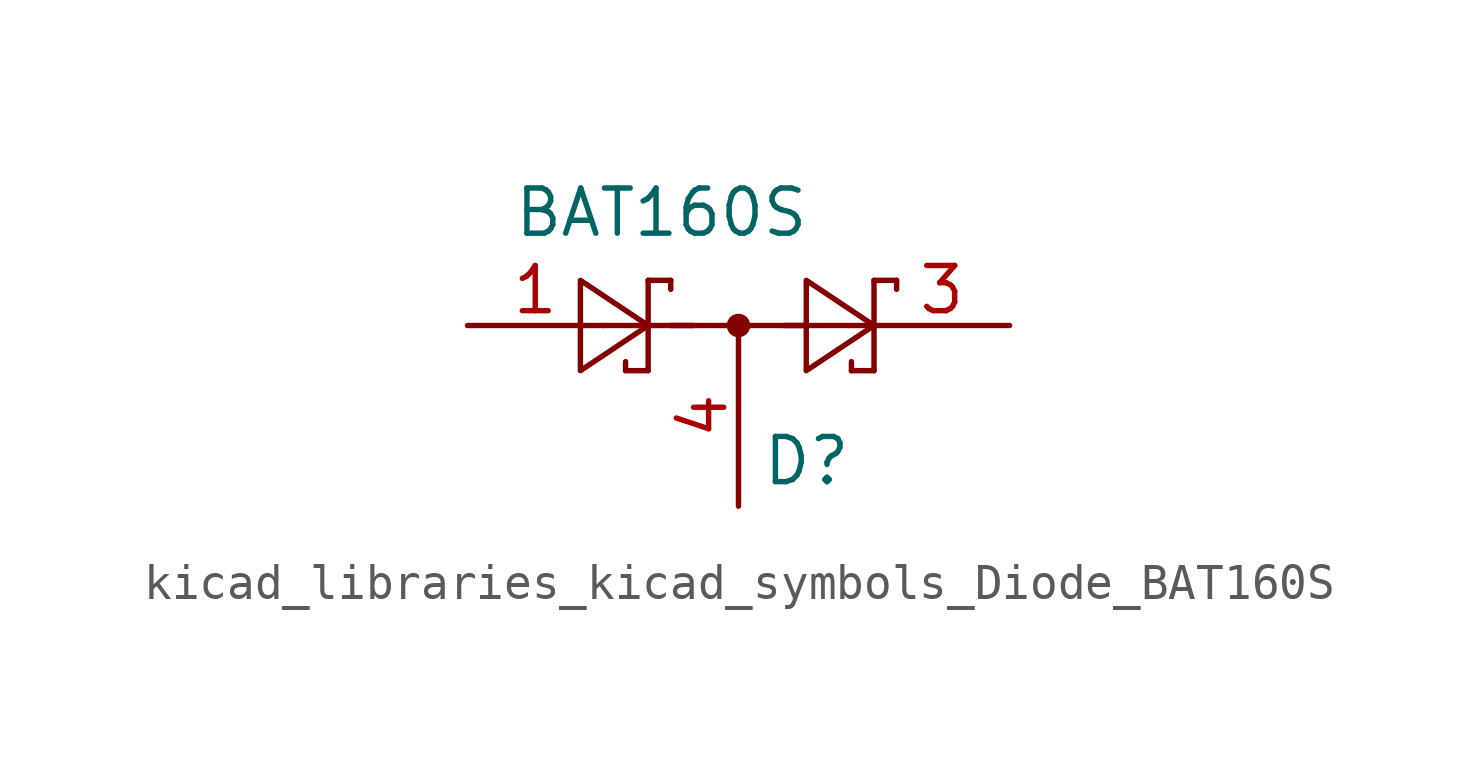
<source format=kicad_sym>
(kicad_symbol_lib
  (version 20220914)
  (generator kicad_symbol_editor)
  (symbol "kicad_libraries_kicad_symbols_Diode_BAT160S"
    (property "Reference" "D"
      (at 0.635 -3.81 0)
      (effects (font (size 1.27 1.27)) (justify left)))
    (property "Value" "BAT160S"
      (at -6.35 3.175 0)
      (effects (font (size 1.27 1.27)) (justify left)))
    (symbol "kicad_libraries_kicad_symbols_Diode_BAT160S_0_1"
      (polyline (pts (xy -3.81 0) (xy -1.27 0)) (stroke (width 0) (type default)) (fill (type none)))
      (polyline (pts (xy -3.175 -1.27) (xy -3.175 -1.016)) (stroke (width 0) (type default)) (fill (type none)))
      (polyline (pts (xy -2.54 -1.27) (xy -3.175 -1.27)) (stroke (width 0) (type default)) (fill (type none)))
      (polyline (pts (xy -2.54 -1.27) (xy -2.54 1.27)) (stroke (width 0) (type default)) (fill (type none)))
      (polyline (pts (xy -2.54 1.27) (xy -1.905 1.27)) (stroke (width 0) (type default)) (fill (type none)))
      (polyline (pts (xy -1.905 0) (xy 1.905 0)) (stroke (width 0) (type default)) (fill (type none)))
      (polyline (pts (xy -1.905 1.27) (xy -1.905 1.016)) (stroke (width 0) (type default)) (fill (type none)))
      (polyline (pts (xy 1.27 0) (xy 3.81 0)) (stroke (width 0) (type default)) (fill (type none)))
      (polyline (pts (xy 3.175 -1.27) (xy 3.175 -1.016)) (stroke (width 0) (type default)) (fill (type none)))
      (polyline (pts (xy 3.81 -1.27) (xy 3.175 -1.27)) (stroke (width 0) (type default)) (fill (type none)))
      (polyline (pts (xy 3.81 -1.27) (xy 3.81 1.27)) (stroke (width 0) (type default)) (fill (type none)))
      (polyline (pts (xy 3.81 1.27) (xy 4.445 1.27)) (stroke (width 0) (type default)) (fill (type none)))
      (polyline (pts (xy 4.445 1.27) (xy 4.445 1.016)) (stroke (width 0) (type default)) (fill (type none)))
      (polyline (pts (xy -4.445 1.27) (xy -4.445 -1.27) (xy -2.54 0) (xy -4.445 1.27)) (stroke (width 0) (type default)) (fill (type none)))
      (polyline (pts (xy 1.905 1.27) (xy 1.905 -1.27) (xy 3.81 0) (xy 1.905 1.27)) (stroke (width 0) (type default)) (fill (type none)))
      (circle (center 0 0) (radius 0.254) (stroke (width 0) (type default)) (fill (type outline))))
    (symbol "kicad_libraries_kicad_symbols_Diode_BAT160S_1_1"
      (pin passive line (at -7.62 0 0) (length 3.81) (name "~" (effects (font (size 1.27 1.27)))) (number "1" (effects (font (size 1.27 1.27)))))
      (pin no_connect line (at 0 0 270) (length 2.54) hide (name "NC" (effects (font (size 1.27 1.27)))) (number "2" (effects (font (size 1.27 1.27)))))
      (pin passive line (at 7.62 0 180) (length 3.81) (name "~" (effects (font (size 1.27 1.27)))) (number "3" (effects (font (size 1.27 1.27)))))
      (pin passive line (at 0 -5.08 90) (length 5.08) (name "~" (effects (font (size 1.27 1.27)))) (number "4" (effects (font (size 1.27 1.27))))))))
</source>
